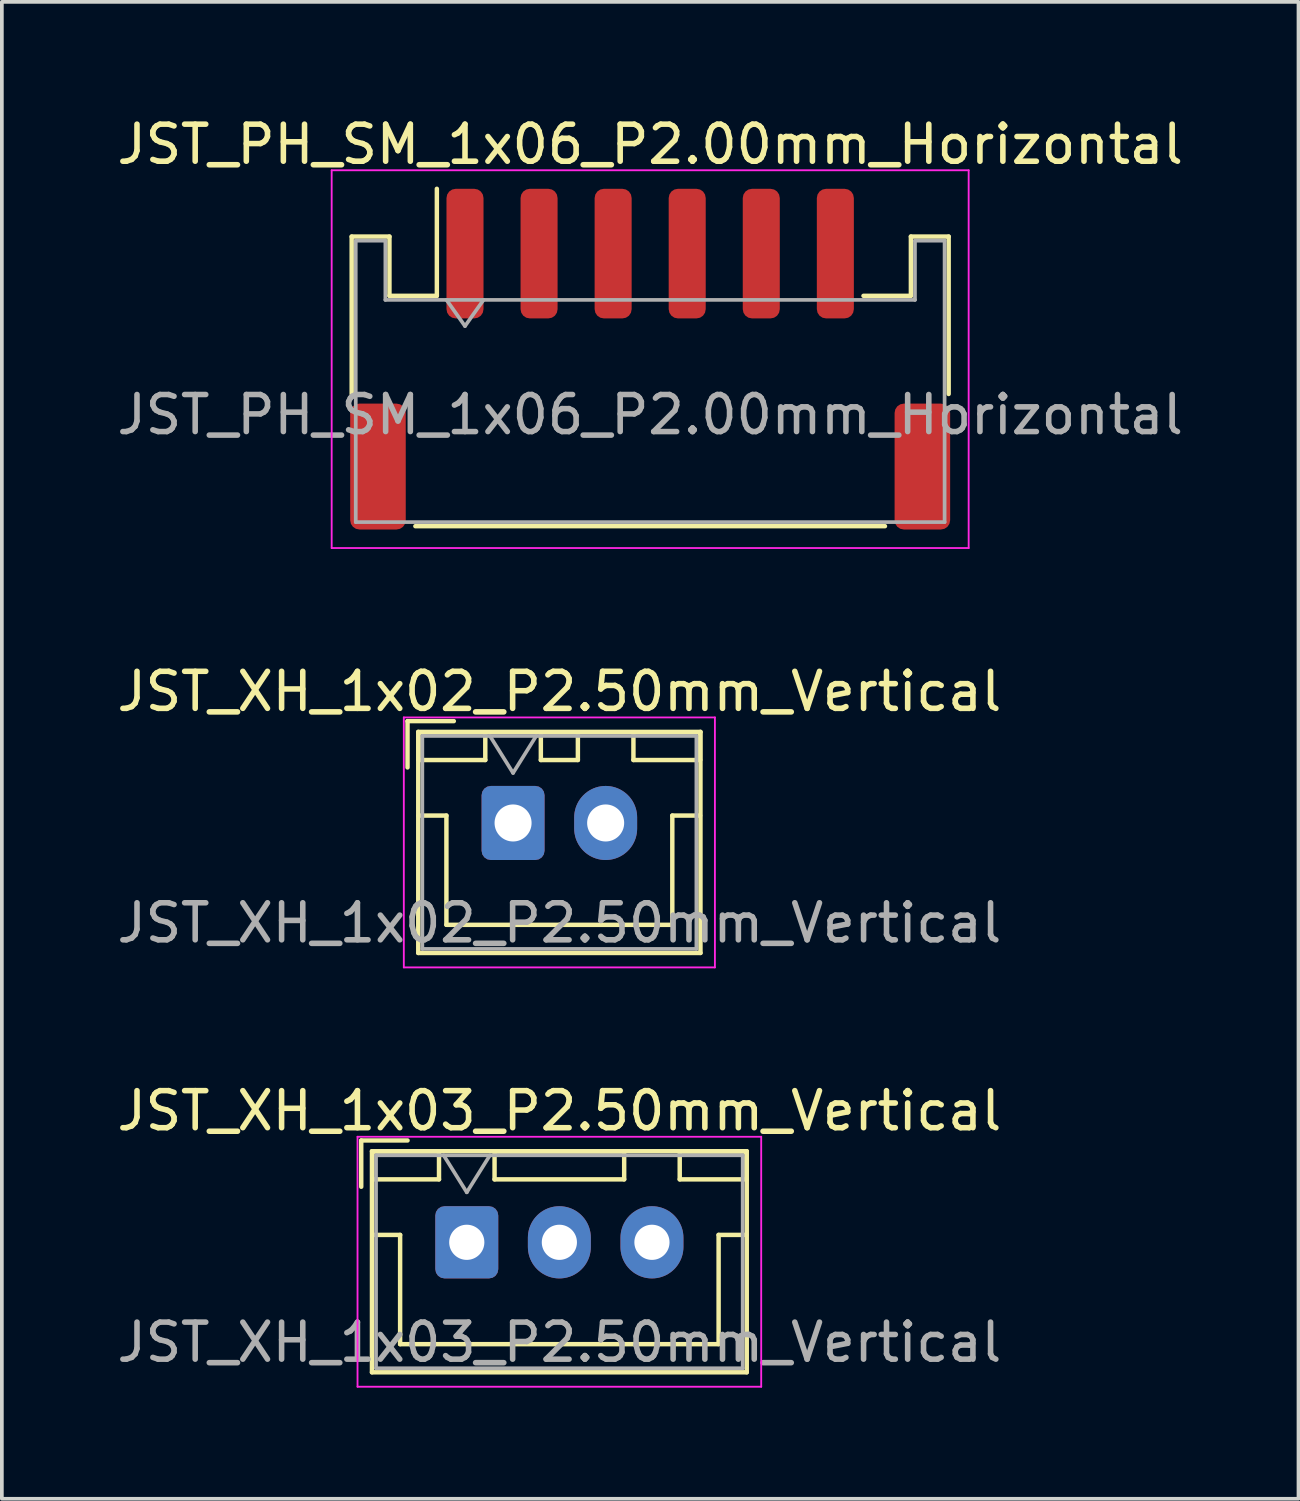
<source format=kicad_pcb>
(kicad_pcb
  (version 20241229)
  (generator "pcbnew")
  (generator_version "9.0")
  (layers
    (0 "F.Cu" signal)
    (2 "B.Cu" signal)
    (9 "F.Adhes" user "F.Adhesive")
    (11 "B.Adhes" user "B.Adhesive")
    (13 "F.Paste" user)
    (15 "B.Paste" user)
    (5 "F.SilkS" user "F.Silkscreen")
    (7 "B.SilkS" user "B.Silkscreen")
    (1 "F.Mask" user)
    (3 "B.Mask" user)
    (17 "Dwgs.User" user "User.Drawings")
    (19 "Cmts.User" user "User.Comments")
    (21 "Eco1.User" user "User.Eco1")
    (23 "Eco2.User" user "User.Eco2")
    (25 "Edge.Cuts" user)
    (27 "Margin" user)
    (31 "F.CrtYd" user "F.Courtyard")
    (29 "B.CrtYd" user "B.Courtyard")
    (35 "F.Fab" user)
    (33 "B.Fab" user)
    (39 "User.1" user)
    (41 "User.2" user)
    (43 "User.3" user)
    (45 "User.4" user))
  (footprint "JST_PH_SM_1x06_P2.00mm_Horizontal"
    (layer "F.Cu")
    (at 14.506 6.648)
    (property "Reference" "JST_PH_SM_1x06_P2.00mm_Horizontal" (at 0 -5.8 0) (layer "F.SilkS") (effects (font (size 1 1) (thickness 0.15))))
    (attr smd)
    (fp_line (start -8.06 -3.31) (end -7.04 -3.31) (stroke (width 0.12) (type solid)) (layer "F.SilkS"))
    (fp_line (start -8.06 0.94) (end -8.06 -3.31) (stroke (width 0.12) (type solid)) (layer "F.SilkS"))
    (fp_line (start -7.04 -3.31) (end -7.04 -1.71) (stroke (width 0.12) (type solid)) (layer "F.SilkS"))
    (fp_line (start -7.04 -1.71) (end -5.76 -1.71) (stroke (width 0.12) (type solid)) (layer "F.SilkS"))
    (fp_line (start -6.34 4.51) (end 6.34 4.51) (stroke (width 0.12) (type solid)) (layer "F.SilkS"))
    (fp_line (start -5.76 -1.71) (end -5.76 -4.6) (stroke (width 0.12) (type solid)) (layer "F.SilkS"))
    (fp_line (start 7.04 -3.31) (end 7.04 -1.71) (stroke (width 0.12) (type solid)) (layer "F.SilkS"))
    (fp_line (start 7.04 -1.71) (end 5.76 -1.71) (stroke (width 0.12) (type solid)) (layer "F.SilkS"))
    (fp_line (start 8.06 -3.31) (end 7.04 -3.31) (stroke (width 0.12) (type solid)) (layer "F.SilkS"))
    (fp_line (start 8.06 0.94) (end 8.06 -3.31) (stroke (width 0.12) (type solid)) (layer "F.SilkS"))
    (fp_line (start -8.6 -5.1) (end -8.6 5.1) (stroke (width 0.05) (type solid)) (layer "F.CrtYd"))
    (fp_line (start -8.6 5.1) (end 8.6 5.1) (stroke (width 0.05) (type solid)) (layer "F.CrtYd"))
    (fp_line (start 8.6 -5.1) (end -8.6 -5.1) (stroke (width 0.05) (type solid)) (layer "F.CrtYd"))
    (fp_line (start 8.6 5.1) (end 8.6 -5.1) (stroke (width 0.05) (type solid)) (layer "F.CrtYd"))
    (fp_line (start -7.95 -3.2) (end -7.95 4.4) (stroke (width 0.1) (type solid)) (layer "F.Fab"))
    (fp_line (start -7.95 -3.2) (end -7.15 -3.2) (stroke (width 0.1) (type solid)) (layer "F.Fab"))
    (fp_line (start -7.95 4.4) (end 7.95 4.4) (stroke (width 0.1) (type solid)) (layer "F.Fab"))
    (fp_line (start -7.15 -3.2) (end -7.15 -1.6) (stroke (width 0.1) (type solid)) (layer "F.Fab"))
    (fp_line (start -7.15 -1.6) (end 7.15 -1.6) (stroke (width 0.1) (type solid)) (layer "F.Fab"))
    (fp_line (start -5.5 -1.6) (end -5 -0.893) (stroke (width 0.1) (type solid)) (layer "F.Fab"))
    (fp_line (start -5 -0.893) (end -4.5 -1.6) (stroke (width 0.1) (type solid)) (layer "F.Fab"))
    (fp_line (start 7.15 -3.2) (end 7.95 -3.2) (stroke (width 0.1) (type solid)) (layer "F.Fab"))
    (fp_line (start 7.15 -1.6) (end 7.15 -3.2) (stroke (width 0.1) (type solid)) (layer "F.Fab"))
    (fp_line (start 7.95 -3.2) (end 7.95 4.4) (stroke (width 0.1) (type solid)) (layer "F.Fab"))
    (fp_text user "${REFERENCE}" (at 0 1.5 0) (layer "F.Fab") (effects (font (size 1 1) (thickness 0.15))))
    (pad "1" smd roundrect (at -5 -2.85) (size 1 3.5) (layers "F.Cu" "F.Mask" "F.Paste") (roundrect_rratio 0.25))
    (pad "2" smd roundrect (at -3 -2.85) (size 1 3.5) (layers "F.Cu" "F.Mask" "F.Paste") (roundrect_rratio 0.25))
    (pad "3" smd roundrect (at -1 -2.85) (size 1 3.5) (layers "F.Cu" "F.Mask" "F.Paste") (roundrect_rratio 0.25))
    (pad "4" smd roundrect (at 1 -2.85) (size 1 3.5) (layers "F.Cu" "F.Mask" "F.Paste") (roundrect_rratio 0.25))
    (pad "5" smd roundrect (at 3 -2.85) (size 1 3.5) (layers "F.Cu" "F.Mask" "F.Paste") (roundrect_rratio 0.25))
    (pad "6" smd roundrect (at 5 -2.85) (size 1 3.5) (layers "F.Cu" "F.Mask" "F.Paste") (roundrect_rratio 0.25))
    (pad "MP" smd roundrect (at -7.35 2.9) (size 1.5 3.4) (layers "F.Cu" "F.Mask" "F.Paste") (roundrect_rratio 0.167))
    (pad "MP" smd roundrect (at 7.35 2.9) (size 1.5 3.4) (layers "F.Cu" "F.Mask" "F.Paste") (roundrect_rratio 0.167)))
  (footprint "JST_XH_1x02_P2.50mm_Vertical"
    (layer "F.Cu")
    (at 10.804 19.172)
    (property "Reference" "JST_XH_1x02_P2.50mm_Vertical" (at 1.25 -3.55 0) (layer "F.SilkS") (effects (font (size 1 1) (thickness 0.15))))
    (attr through_hole)
    (fp_line (start -2.85 -2.75) (end -2.85 -1.5) (stroke (width 0.12) (type solid)) (layer "F.SilkS"))
    (fp_line (start -2.56 -2.46) (end -2.56 3.51) (stroke (width 0.12) (type solid)) (layer "F.SilkS"))
    (fp_line (start -2.56 3.51) (end 5.06 3.51) (stroke (width 0.12) (type solid)) (layer "F.SilkS"))
    (fp_line (start -2.55 -2.45) (end -2.55 -1.7) (stroke (width 0.12) (type solid)) (layer "F.SilkS"))
    (fp_line (start -2.55 -1.7) (end -0.75 -1.7) (stroke (width 0.12) (type solid)) (layer "F.SilkS"))
    (fp_line (start -2.55 -0.2) (end -1.8 -0.2) (stroke (width 0.12) (type solid)) (layer "F.SilkS"))
    (fp_line (start -1.8 -0.2) (end -1.8 2.75) (stroke (width 0.12) (type solid)) (layer "F.SilkS"))
    (fp_line (start -1.8 2.75) (end 1.25 2.75) (stroke (width 0.12) (type solid)) (layer "F.SilkS"))
    (fp_line (start -1.6 -2.75) (end -2.85 -2.75) (stroke (width 0.12) (type solid)) (layer "F.SilkS"))
    (fp_line (start -0.75 -2.45) (end -2.55 -2.45) (stroke (width 0.12) (type solid)) (layer "F.SilkS"))
    (fp_line (start -0.75 -1.7) (end -0.75 -2.45) (stroke (width 0.12) (type solid)) (layer "F.SilkS"))
    (fp_line (start 0.75 -2.45) (end 0.75 -1.7) (stroke (width 0.12) (type solid)) (layer "F.SilkS"))
    (fp_line (start 0.75 -1.7) (end 1.75 -1.7) (stroke (width 0.12) (type solid)) (layer "F.SilkS"))
    (fp_line (start 1.75 -2.45) (end 0.75 -2.45) (stroke (width 0.12) (type solid)) (layer "F.SilkS"))
    (fp_line (start 1.75 -1.7) (end 1.75 -2.45) (stroke (width 0.12) (type solid)) (layer "F.SilkS"))
    (fp_line (start 3.25 -2.45) (end 3.25 -1.7) (stroke (width 0.12) (type solid)) (layer "F.SilkS"))
    (fp_line (start 3.25 -1.7) (end 5.05 -1.7) (stroke (width 0.12) (type solid)) (layer "F.SilkS"))
    (fp_line (start 4.3 -0.2) (end 4.3 2.75) (stroke (width 0.12) (type solid)) (layer "F.SilkS"))
    (fp_line (start 4.3 2.75) (end 1.25 2.75) (stroke (width 0.12) (type solid)) (layer "F.SilkS"))
    (fp_line (start 5.05 -2.45) (end 3.25 -2.45) (stroke (width 0.12) (type solid)) (layer "F.SilkS"))
    (fp_line (start 5.05 -1.7) (end 5.05 -2.45) (stroke (width 0.12) (type solid)) (layer "F.SilkS"))
    (fp_line (start 5.05 -0.2) (end 4.3 -0.2) (stroke (width 0.12) (type solid)) (layer "F.SilkS"))
    (fp_line (start 5.06 -2.46) (end -2.56 -2.46) (stroke (width 0.12) (type solid)) (layer "F.SilkS"))
    (fp_line (start 5.06 3.51) (end 5.06 -2.46) (stroke (width 0.12) (type solid)) (layer "F.SilkS"))
    (fp_line (start -2.95 -2.85) (end -2.95 3.9) (stroke (width 0.05) (type solid)) (layer "F.CrtYd"))
    (fp_line (start -2.95 3.9) (end 5.45 3.9) (stroke (width 0.05) (type solid)) (layer "F.CrtYd"))
    (fp_line (start 5.45 -2.85) (end -2.95 -2.85) (stroke (width 0.05) (type solid)) (layer "F.CrtYd"))
    (fp_line (start 5.45 3.9) (end 5.45 -2.85) (stroke (width 0.05) (type solid)) (layer "F.CrtYd"))
    (fp_line (start -2.45 -2.35) (end -2.45 3.4) (stroke (width 0.1) (type solid)) (layer "F.Fab"))
    (fp_line (start -2.45 3.4) (end 4.95 3.4) (stroke (width 0.1) (type solid)) (layer "F.Fab"))
    (fp_line (start -0.625 -2.35) (end 0 -1.35) (stroke (width 0.1) (type solid)) (layer "F.Fab"))
    (fp_line (start 0 -1.35) (end 0.625 -2.35) (stroke (width 0.1) (type solid)) (layer "F.Fab"))
    (fp_line (start 4.95 -2.35) (end -2.45 -2.35) (stroke (width 0.1) (type solid)) (layer "F.Fab"))
    (fp_line (start 4.95 3.4) (end 4.95 -2.35) (stroke (width 0.1) (type solid)) (layer "F.Fab"))
    (fp_text user "${REFERENCE}" (at 1.25 2.7 0) (layer "F.Fab") (effects (font (size 1 1) (thickness 0.15))))
    (pad "1" thru_hole roundrect (at 0 0) (size 1.7 2) (drill 1) (layers "*.Cu" "*.Mask") (roundrect_rratio 0.147))
    (pad "2" thru_hole oval (at 2.5 0) (size 1.7 2) (drill 1) (layers "*.Cu" "*.Mask")))
  (footprint "JST_XH_1x03_P2.50mm_Vertical"
    (layer "F.Cu")
    (at 9.554 30.495)
    (property "Reference" "JST_XH_1x03_P2.50mm_Vertical" (at 2.5 -3.55 0) (layer "F.SilkS") (effects (font (size 1 1) (thickness 0.15))))
    (attr through_hole)
    (fp_line (start -2.85 -2.75) (end -2.85 -1.5) (stroke (width 0.12) (type solid)) (layer "F.SilkS"))
    (fp_line (start -2.56 -2.46) (end -2.56 3.51) (stroke (width 0.12) (type solid)) (layer "F.SilkS"))
    (fp_line (start -2.56 3.51) (end 7.56 3.51) (stroke (width 0.12) (type solid)) (layer "F.SilkS"))
    (fp_line (start -2.55 -2.45) (end -2.55 -1.7) (stroke (width 0.12) (type solid)) (layer "F.SilkS"))
    (fp_line (start -2.55 -1.7) (end -0.75 -1.7) (stroke (width 0.12) (type solid)) (layer "F.SilkS"))
    (fp_line (start -2.55 -0.2) (end -1.8 -0.2) (stroke (width 0.12) (type solid)) (layer "F.SilkS"))
    (fp_line (start -1.8 -0.2) (end -1.8 2.75) (stroke (width 0.12) (type solid)) (layer "F.SilkS"))
    (fp_line (start -1.8 2.75) (end 2.5 2.75) (stroke (width 0.12) (type solid)) (layer "F.SilkS"))
    (fp_line (start -1.6 -2.75) (end -2.85 -2.75) (stroke (width 0.12) (type solid)) (layer "F.SilkS"))
    (fp_line (start -0.75 -2.45) (end -2.55 -2.45) (stroke (width 0.12) (type solid)) (layer "F.SilkS"))
    (fp_line (start -0.75 -1.7) (end -0.75 -2.45) (stroke (width 0.12) (type solid)) (layer "F.SilkS"))
    (fp_line (start 0.75 -2.45) (end 0.75 -1.7) (stroke (width 0.12) (type solid)) (layer "F.SilkS"))
    (fp_line (start 0.75 -1.7) (end 4.25 -1.7) (stroke (width 0.12) (type solid)) (layer "F.SilkS"))
    (fp_line (start 4.25 -2.45) (end 0.75 -2.45) (stroke (width 0.12) (type solid)) (layer "F.SilkS"))
    (fp_line (start 4.25 -1.7) (end 4.25 -2.45) (stroke (width 0.12) (type solid)) (layer "F.SilkS"))
    (fp_line (start 5.75 -2.45) (end 5.75 -1.7) (stroke (width 0.12) (type solid)) (layer "F.SilkS"))
    (fp_line (start 5.75 -1.7) (end 7.55 -1.7) (stroke (width 0.12) (type solid)) (layer "F.SilkS"))
    (fp_line (start 6.8 -0.2) (end 6.8 2.75) (stroke (width 0.12) (type solid)) (layer "F.SilkS"))
    (fp_line (start 6.8 2.75) (end 2.5 2.75) (stroke (width 0.12) (type solid)) (layer "F.SilkS"))
    (fp_line (start 7.55 -2.45) (end 5.75 -2.45) (stroke (width 0.12) (type solid)) (layer "F.SilkS"))
    (fp_line (start 7.55 -1.7) (end 7.55 -2.45) (stroke (width 0.12) (type solid)) (layer "F.SilkS"))
    (fp_line (start 7.55 -0.2) (end 6.8 -0.2) (stroke (width 0.12) (type solid)) (layer "F.SilkS"))
    (fp_line (start 7.56 -2.46) (end -2.56 -2.46) (stroke (width 0.12) (type solid)) (layer "F.SilkS"))
    (fp_line (start 7.56 3.51) (end 7.56 -2.46) (stroke (width 0.12) (type solid)) (layer "F.SilkS"))
    (fp_line (start -2.95 -2.85) (end -2.95 3.9) (stroke (width 0.05) (type solid)) (layer "F.CrtYd"))
    (fp_line (start -2.95 3.9) (end 7.95 3.9) (stroke (width 0.05) (type solid)) (layer "F.CrtYd"))
    (fp_line (start 7.95 -2.85) (end -2.95 -2.85) (stroke (width 0.05) (type solid)) (layer "F.CrtYd"))
    (fp_line (start 7.95 3.9) (end 7.95 -2.85) (stroke (width 0.05) (type solid)) (layer "F.CrtYd"))
    (fp_line (start -2.45 -2.35) (end -2.45 3.4) (stroke (width 0.1) (type solid)) (layer "F.Fab"))
    (fp_line (start -2.45 3.4) (end 7.45 3.4) (stroke (width 0.1) (type solid)) (layer "F.Fab"))
    (fp_line (start -0.625 -2.35) (end 0 -1.35) (stroke (width 0.1) (type solid)) (layer "F.Fab"))
    (fp_line (start 0 -1.35) (end 0.625 -2.35) (stroke (width 0.1) (type solid)) (layer "F.Fab"))
    (fp_line (start 7.45 -2.35) (end -2.45 -2.35) (stroke (width 0.1) (type solid)) (layer "F.Fab"))
    (fp_line (start 7.45 3.4) (end 7.45 -2.35) (stroke (width 0.1) (type solid)) (layer "F.Fab"))
    (fp_text user "${REFERENCE}" (at 2.5 2.7 0) (layer "F.Fab") (effects (font (size 1 1) (thickness 0.15))))
    (pad "1" thru_hole roundrect (at 0 0) (size 1.7 1.95) (drill 0.95) (layers "*.Cu" "*.Mask") (roundrect_rratio 0.147))
    (pad "2" thru_hole oval (at 2.5 0) (size 1.7 1.95) (drill 0.95) (layers "*.Cu" "*.Mask"))
    (pad "3" thru_hole oval (at 5 0) (size 1.7 1.95) (drill 0.95) (layers "*.Cu" "*.Mask")))
  (gr_rect
    (start -3 -3)
    (end 32.012 37.42)
    (stroke (width 0.1) (type default))
    (fill no)
    (layer "Edge.Cuts")))
</source>
